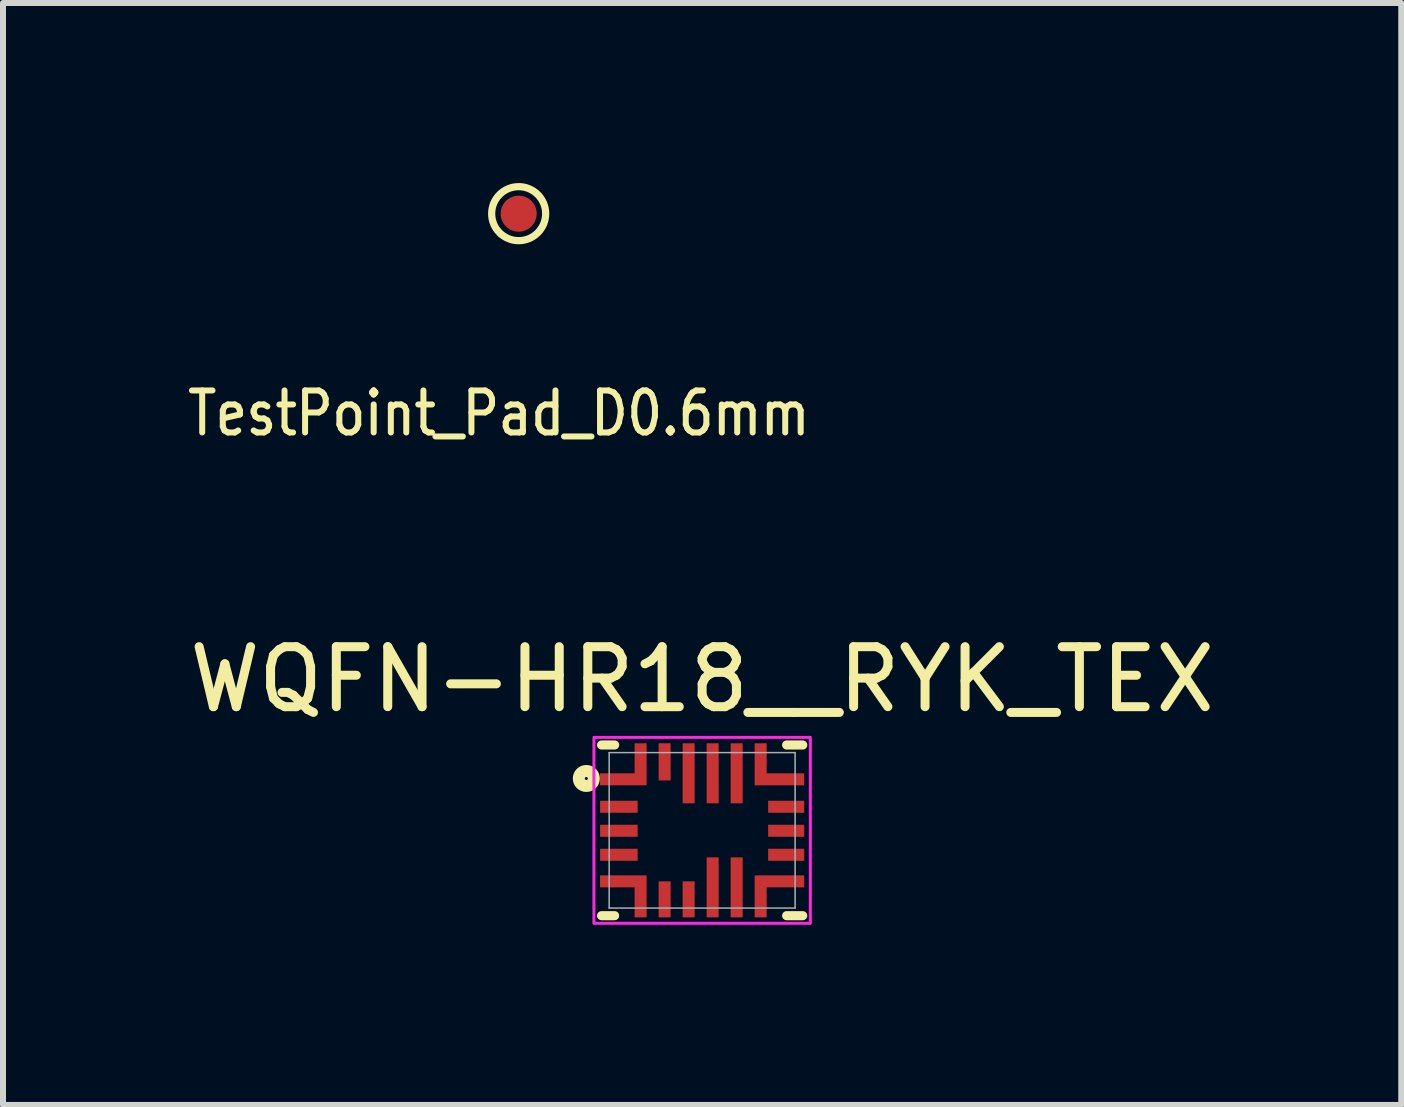
<source format=kicad_pcb>
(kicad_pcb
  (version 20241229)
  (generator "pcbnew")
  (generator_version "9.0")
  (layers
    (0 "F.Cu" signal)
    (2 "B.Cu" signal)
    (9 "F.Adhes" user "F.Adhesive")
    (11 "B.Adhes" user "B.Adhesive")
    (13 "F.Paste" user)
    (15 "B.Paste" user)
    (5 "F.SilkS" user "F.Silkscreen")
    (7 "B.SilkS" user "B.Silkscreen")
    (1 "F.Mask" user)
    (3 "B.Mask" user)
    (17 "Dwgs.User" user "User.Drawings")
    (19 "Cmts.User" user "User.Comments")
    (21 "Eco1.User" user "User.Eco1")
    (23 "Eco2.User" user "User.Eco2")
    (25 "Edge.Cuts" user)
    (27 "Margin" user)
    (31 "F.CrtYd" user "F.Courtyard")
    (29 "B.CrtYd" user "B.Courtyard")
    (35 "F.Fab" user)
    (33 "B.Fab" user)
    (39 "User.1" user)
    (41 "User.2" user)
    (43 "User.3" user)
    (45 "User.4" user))
  (footprint "WQFN-HR18__RYK_TEX"
    (layer "F.Cu")
    (at 8.649 10.785)
    (property "Reference" "WQFN-HR18__RYK_TEX" (at 0 -2.515 0) (unlocked yes) (layer "F.SilkS") (effects (font (size 1 1) (thickness 0.15))))
    (attr smd)
    (fp_line (start -1.676 -1.422) (end -1.458 -1.422) (stroke (width 0.152) (type solid)) (layer "F.SilkS"))
    (fp_line (start -1.458 1.422) (end -1.676 1.422) (stroke (width 0.152) (type solid)) (layer "F.SilkS"))
    (fp_line (start 1.408 -1.422) (end 1.676 -1.422) (stroke (width 0.152) (type solid)) (layer "F.SilkS"))
    (fp_line (start 1.676 1.422) (end 1.408 1.422) (stroke (width 0.152) (type solid)) (layer "F.SilkS"))
    (fp_circle (center -1.93 -0.864) (end -1.905 -0.864) (stroke (width 0.2) (type default)) (fill no) (layer "F.SilkS"))
    (fp_rect (start -1.803 -1.549) (end 1.803 1.549) (stroke (width 0.05) (type default)) (fill no) (layer "F.CrtYd"))
    (fp_line (start -1.549 -1.295) (end -1.549 1.295) (stroke (width 0.025) (type solid)) (layer "F.Fab"))
    (fp_line (start -1.549 1.295) (end 1.549 1.295) (stroke (width 0.025) (type solid)) (layer "F.Fab"))
    (fp_line (start 1.549 -1.295) (end -1.549 -1.295) (stroke (width 0.025) (type solid)) (layer "F.Fab"))
    (fp_line (start 1.549 1.295) (end 1.549 -1.295) (stroke (width 0.025) (type solid)) (layer "F.Fab"))
    (pad "1" smd custom (at -1.025 -0.85) (size 0.127 0.127) (layers "F.Cu" "F.Mask" "F.Paste") (options (anchor rect)) (primitives (gr_poly (pts (xy -0.676 -0.1) (xy -0.676 0.1) (xy 0.1 0.1) (xy 0.1 -0.6) (xy -0.1 -0.6) (xy -0.1 -0.1)) (width 0) (fill yes))))
    (pad "2" smd rect (at -1.388 -0.393) (size 0.625 0.2) (layers "F.Cu" "F.Mask" "F.Paste"))
    (pad "3" smd rect (at -1.388 0.007) (size 0.625 0.2) (layers "F.Cu" "F.Mask" "F.Paste"))
    (pad "4" smd rect (at -1.388 0.407) (size 0.625 0.2) (layers "F.Cu" "F.Mask" "F.Paste"))
    (pad "5" smd custom (at -1.025 0.85) (size 0.127 0.127) (layers "F.Cu" "F.Mask" "F.Paste") (options (anchor rect)) (primitives (gr_poly (pts (xy -0.676 0.1) (xy -0.676 -0.1) (xy 0.1 -0.1) (xy 0.1 0.6) (xy -0.1 0.6) (xy -0.1 0.1)) (width 0) (fill yes))))
    (pad "6" smd rect (at -0.625 1.15 90) (size 0.6 0.2) (layers "F.Cu" "F.Mask" "F.Paste"))
    (pad "7" smd rect (at -0.225 1.15 90) (size 0.6 0.2) (layers "F.Cu" "F.Mask" "F.Paste"))
    (pad "8" smd rect (at 0.175 0.95) (size 0.2 1) (layers "F.Cu" "F.Mask" "F.Paste"))
    (pad "9" smd rect (at 0.575 0.95) (size 0.2 1) (layers "F.Cu" "F.Mask" "F.Paste"))
    (pad "10" smd custom (at 0.975 0.85) (size 0.127 0.127) (layers "F.Cu" "F.Mask" "F.Paste") (options (anchor rect)) (primitives (gr_poly (pts (xy -0.1 0.6) (xy -0.1 -0.1) (xy 0.725 -0.1) (xy 0.725 0.1) (xy 0.1 0.1) (xy 0.1 0.6)) (width 0) (fill yes))))
    (pad "11" smd rect (at 1.4 0.407) (size 0.6 0.2) (layers "F.Cu" "F.Mask" "F.Paste"))
    (pad "12" smd rect (at 1.4 0.007) (size 0.6 0.2) (layers "F.Cu" "F.Mask" "F.Paste"))
    (pad "13" smd rect (at 1.4 -0.393) (size 0.6 0.2) (layers "F.Cu" "F.Mask" "F.Paste"))
    (pad "14" smd custom (at 0.975 -0.85) (size 0.127 0.127) (layers "F.Cu" "F.Mask" "F.Paste") (options (anchor rect)) (primitives (gr_poly (pts (xy -0.1 -0.6) (xy -0.1 0.1) (xy 0.725 0.1) (xy 0.725 -0.1) (xy 0.1 -0.1) (xy 0.1 -0.6)) (width 0) (fill yes))))
    (pad "15" smd rect (at 0.575 -0.95) (size 0.2 1) (layers "F.Cu" "F.Mask" "F.Paste"))
    (pad "16" smd rect (at 0.175 -0.95) (size 0.2 1) (layers "F.Cu" "F.Mask" "F.Paste"))
    (pad "17" smd rect (at -0.225 -0.95) (size 0.2 1) (layers "F.Cu" "F.Mask" "F.Paste"))
    (pad "18" smd rect (at -0.625 -1.141 90) (size 0.619 0.2) (layers "F.Cu" "F.Mask" "F.Paste")))
  (footprint "TestPoint_Pad_D0.6mm"
    (layer "F.Cu")
    (at 5.592 0.51)
    (property "Reference" "TestPoint_Pad_D0.6mm" (at -0.33 3.327 0) (layer "F.SilkS") (effects (font (size 0.7 0.6) (thickness 0.1))))
    (attr exclude_from_pos_files)
    (fp_circle (center 0 0) (end 0.45 0) (stroke (width 0.12) (type solid)) (fill no) (layer "F.SilkS"))
    (pad "1" smd circle (at 0 0) (size 0.6 0.6) (layers "F.Cu" "F.Mask")))
  (gr_rect
    (start -3 -3)
    (end 20.298 15.36)
    (stroke (width 0.1) (type default))
    (fill no)
    (layer "Edge.Cuts")))
</source>
